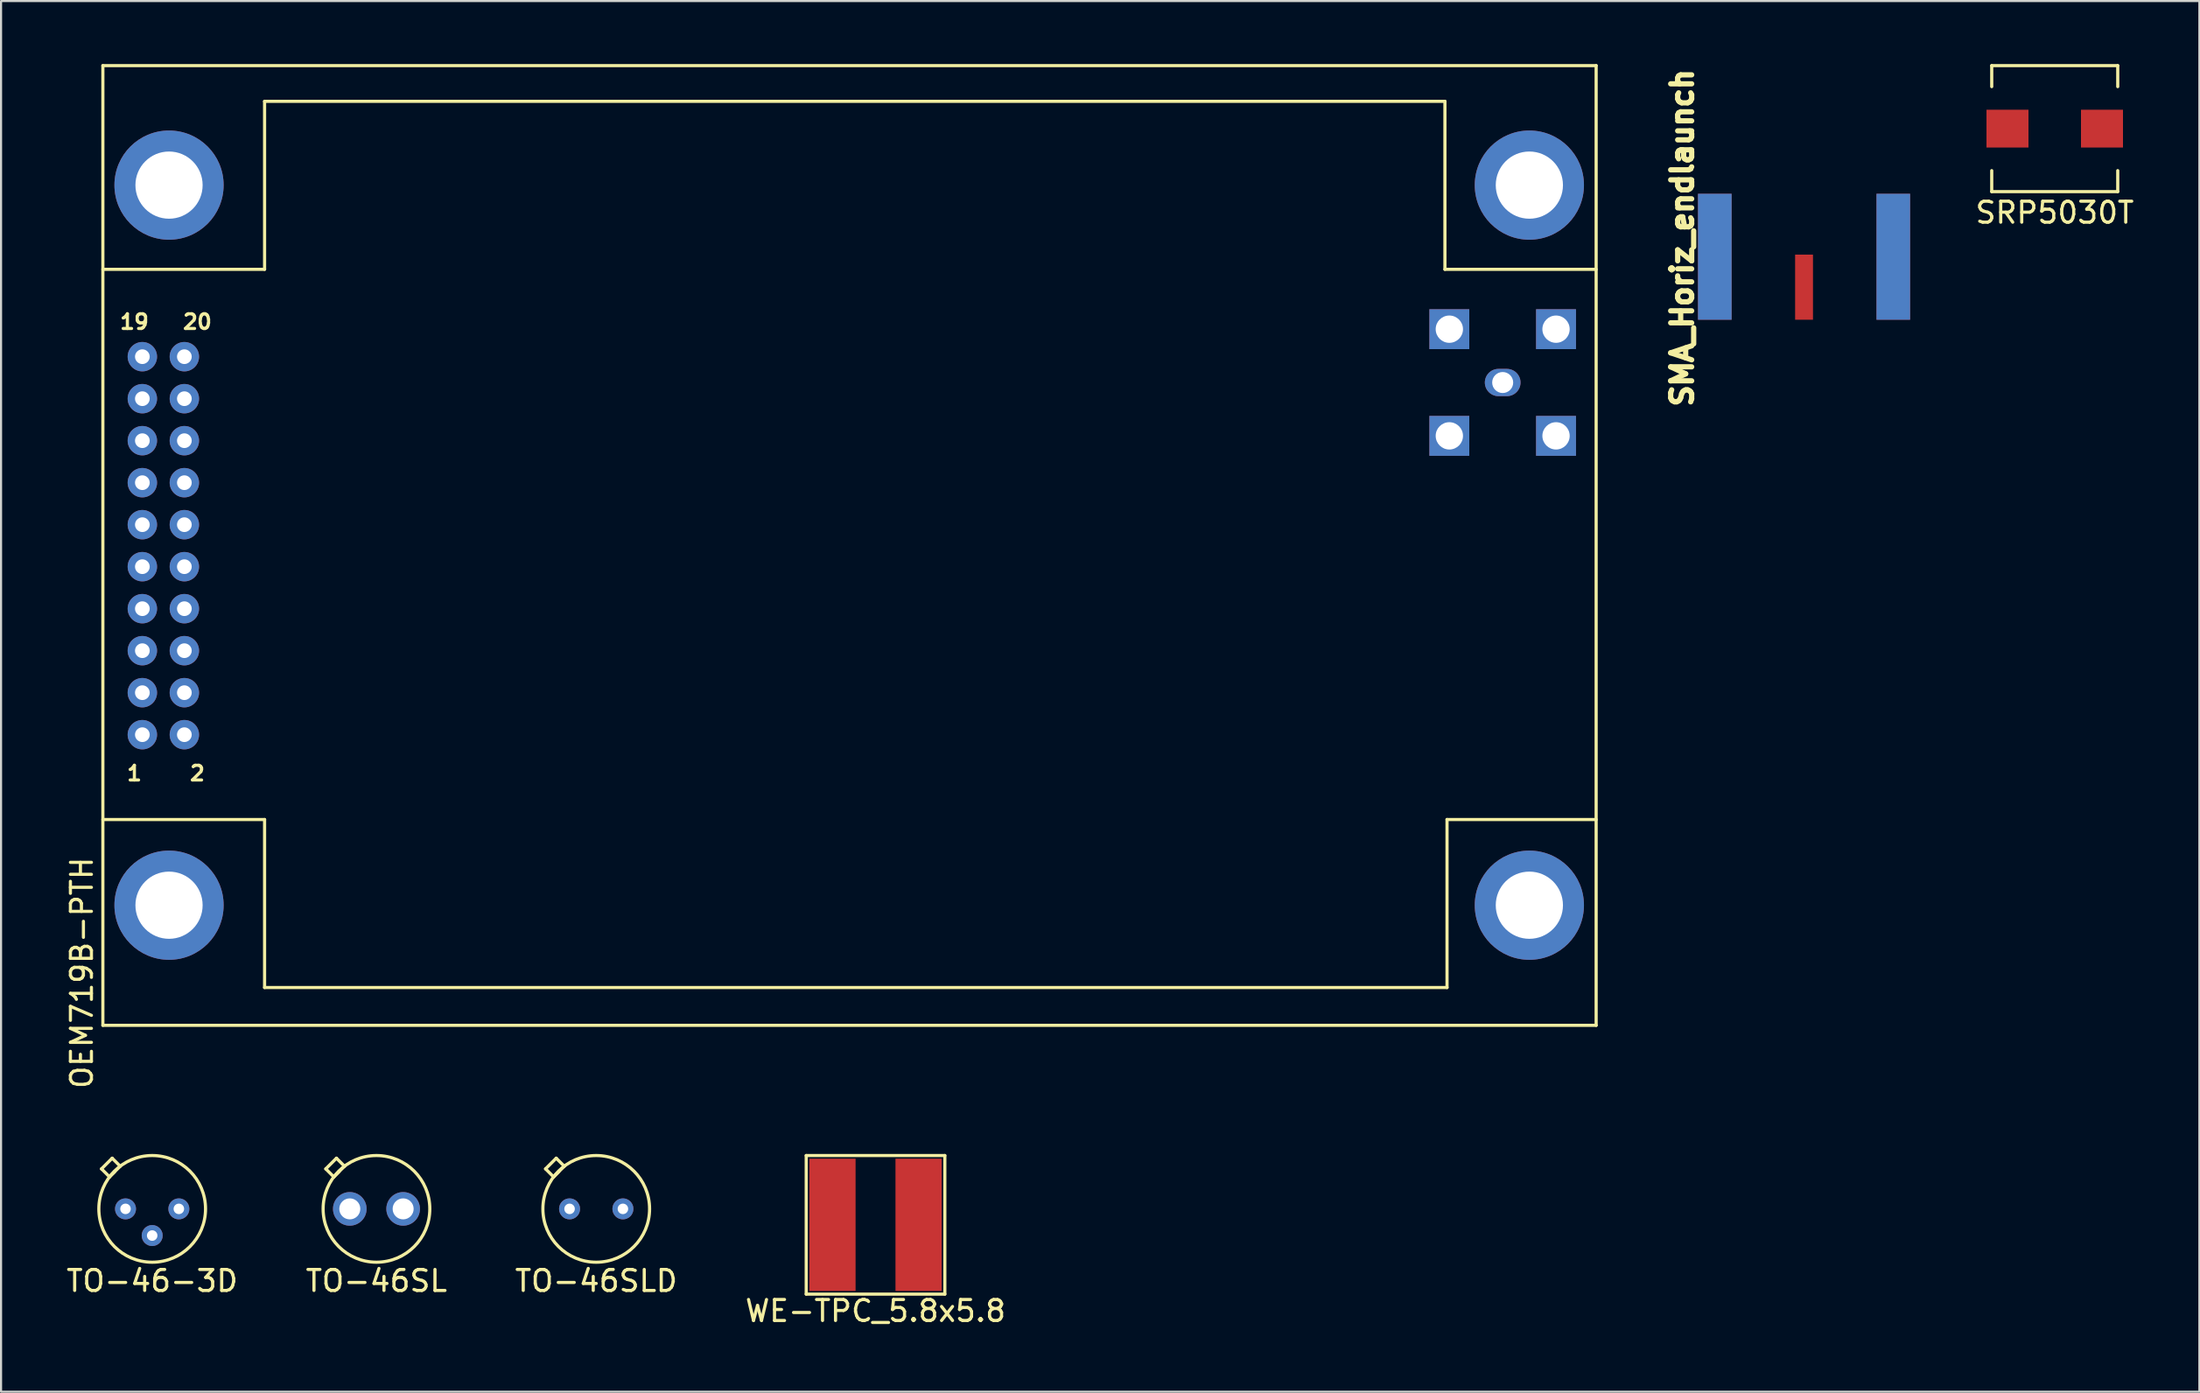
<source format=kicad_pcb>
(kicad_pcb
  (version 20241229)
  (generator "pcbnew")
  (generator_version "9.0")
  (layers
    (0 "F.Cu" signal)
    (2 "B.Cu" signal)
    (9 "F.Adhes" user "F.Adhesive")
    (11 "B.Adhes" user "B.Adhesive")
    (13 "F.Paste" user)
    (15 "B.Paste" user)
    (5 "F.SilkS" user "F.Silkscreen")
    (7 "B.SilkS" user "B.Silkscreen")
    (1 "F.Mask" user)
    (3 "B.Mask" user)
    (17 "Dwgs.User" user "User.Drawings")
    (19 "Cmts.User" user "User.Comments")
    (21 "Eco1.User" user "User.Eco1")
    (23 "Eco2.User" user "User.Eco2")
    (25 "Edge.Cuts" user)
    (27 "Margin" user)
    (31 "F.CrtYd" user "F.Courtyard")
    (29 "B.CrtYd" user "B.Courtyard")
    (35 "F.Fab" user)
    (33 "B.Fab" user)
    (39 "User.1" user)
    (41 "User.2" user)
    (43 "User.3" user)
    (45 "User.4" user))
  (footprint "OEM719B-PTH"
    (layer "F.Cu")
    (at 1.848 45.775)
    (property "Reference" "OEM719B-PTH" (at -1 -2.5 90) (layer "F.SilkS") (effects (font (size 1 1) (thickness 0.15))))
    (attr through_hole)
    (fp_line (start 0 -45.7) (end 0 0) (stroke (width 0.15) (type solid)) (layer "F.SilkS"))
    (fp_line (start 0 -36) (end 7.7 -36) (stroke (width 0.15) (type solid)) (layer "F.SilkS"))
    (fp_line (start 0 -9.8) (end 7.7 -9.8) (stroke (width 0.15) (type solid)) (layer "F.SilkS"))
    (fp_line (start 0 0) (end 71.1 0) (stroke (width 0.15) (type solid)) (layer "F.SilkS"))
    (fp_line (start 7.7 -44) (end 63.9 -44) (stroke (width 0.15) (type solid)) (layer "F.SilkS"))
    (fp_line (start 7.7 -36) (end 7.7 -44) (stroke (width 0.15) (type solid)) (layer "F.SilkS"))
    (fp_line (start 7.7 -9.8) (end 7.7 -1.8) (stroke (width 0.15) (type solid)) (layer "F.SilkS"))
    (fp_line (start 7.7 -1.8) (end 64 -1.8) (stroke (width 0.15) (type solid)) (layer "F.SilkS"))
    (fp_line (start 63.9 -44) (end 63.9 -36) (stroke (width 0.15) (type solid)) (layer "F.SilkS"))
    (fp_line (start 63.9 -36) (end 71.1 -36) (stroke (width 0.15) (type solid)) (layer "F.SilkS"))
    (fp_line (start 64 -9.8) (end 71.1 -9.8) (stroke (width 0.15) (type solid)) (layer "F.SilkS"))
    (fp_line (start 64 -1.8) (end 64 -9.8) (stroke (width 0.15) (type solid)) (layer "F.SilkS"))
    (fp_line (start 71.1 -45.7) (end 0 -45.7) (stroke (width 0.15) (type solid)) (layer "F.SilkS"))
    (fp_line (start 71.1 0) (end 71.1 -45.7) (stroke (width 0.15) (type solid)) (layer "F.SilkS"))
    (fp_text user "20" (at 4.5 -33.5 0) (layer "F.SilkS") (effects (font (size 0.7 0.7) (thickness 0.15))))
    (fp_text user "19" (at 1.5 -33.5 0) (layer "F.SilkS") (effects (font (size 0.7 0.7) (thickness 0.15))))
    (fp_text user "2" (at 4.5 -12 0) (layer "F.SilkS") (effects (font (size 0.7 0.7) (thickness 0.15))))
    (fp_text user "1" (at 1.5 -12 0) (layer "F.SilkS") (effects (font (size 0.7 0.7) (thickness 0.15))))
    (pad "" thru_hole circle (at 3.15 -40.01) (size 5.2 5.2) (drill 3.2) (layers "*.Cu" "*.Mask"))
    (pad "" thru_hole circle (at 3.15 -5.72) (size 5.2 5.2) (drill 3.2) (layers "*.Cu" "*.Mask"))
    (pad "" thru_hole circle (at 67.92 -40.01) (size 5.2 5.2) (drill 3.2) (layers "*.Cu" "*.Mask"))
    (pad "" thru_hole circle (at 67.92 -5.72) (size 5.2 5.2) (drill 3.2) (layers "*.Cu" "*.Mask"))
    (pad "1" thru_hole circle (at 1.88 -13.84) (size 1.4 1.4) (drill 0.7) (layers "*.Cu" "*.Mask"))
    (pad "2" thru_hole circle (at 3.88 -13.84) (size 1.4 1.4) (drill 0.7) (layers "*.Cu" "*.Mask"))
    (pad "3" thru_hole circle (at 1.88 -15.84) (size 1.4 1.4) (drill 0.7) (layers "*.Cu" "*.Mask"))
    (pad "4" thru_hole circle (at 3.88 -15.84) (size 1.4 1.4) (drill 0.7) (layers "*.Cu" "*.Mask"))
    (pad "5" thru_hole circle (at 1.88 -17.84) (size 1.4 1.4) (drill 0.7) (layers "*.Cu" "*.Mask"))
    (pad "6" thru_hole circle (at 3.88 -17.84) (size 1.4 1.4) (drill 0.7) (layers "*.Cu" "*.Mask"))
    (pad "7" thru_hole circle (at 1.88 -19.84) (size 1.4 1.4) (drill 0.7) (layers "*.Cu" "*.Mask"))
    (pad "8" thru_hole circle (at 3.88 -19.84) (size 1.4 1.4) (drill 0.7) (layers "*.Cu" "*.Mask"))
    (pad "9" thru_hole circle (at 1.88 -21.84) (size 1.4 1.4) (drill 0.7) (layers "*.Cu" "*.Mask"))
    (pad "10" thru_hole circle (at 3.88 -21.84) (size 1.4 1.4) (drill 0.7) (layers "*.Cu" "*.Mask"))
    (pad "11" thru_hole circle (at 1.88 -23.84) (size 1.4 1.4) (drill 0.7) (layers "*.Cu" "*.Mask"))
    (pad "12" thru_hole circle (at 3.88 -23.84) (size 1.4 1.4) (drill 0.7) (layers "*.Cu" "*.Mask"))
    (pad "13" thru_hole circle (at 1.88 -25.84) (size 1.4 1.4) (drill 0.7) (layers "*.Cu" "*.Mask"))
    (pad "14" thru_hole circle (at 3.88 -25.84) (size 1.4 1.4) (drill 0.7) (layers "*.Cu" "*.Mask"))
    (pad "15" thru_hole circle (at 1.88 -27.84) (size 1.4 1.4) (drill 0.7) (layers "*.Cu" "*.Mask"))
    (pad "16" thru_hole circle (at 3.88 -27.84) (size 1.4 1.4) (drill 0.7) (layers "*.Cu" "*.Mask"))
    (pad "17" thru_hole circle (at 1.88 -29.84) (size 1.4 1.4) (drill 0.7) (layers "*.Cu" "*.Mask"))
    (pad "18" thru_hole circle (at 3.88 -29.84) (size 1.4 1.4) (drill 0.7) (layers "*.Cu" "*.Mask"))
    (pad "19" thru_hole circle (at 1.88 -31.84) (size 1.4 1.4) (drill 0.7) (layers "*.Cu" "*.Mask"))
    (pad "20" thru_hole circle (at 3.88 -31.84) (size 1.4 1.4) (drill 0.7) (layers "*.Cu" "*.Mask"))
    (pad "21" thru_hole oval (at 66.65 -30.61 180) (size 1.7 1.3) (drill 1) (layers "*.Cu" "*.Mask"))
    (pad "22" thru_hole rect (at 69.19 -33.15 180) (size 1.9 1.9) (drill 1.3) (layers "*.Cu" "*.Mask"))
    (pad "23" thru_hole rect (at 64.11 -33.15 180) (size 1.9 1.9) (drill 1.3) (layers "*.Cu" "*.Mask"))
    (pad "24" thru_hole rect (at 64.11 -28.07 180) (size 1.9 1.9) (drill 1.3) (layers "*.Cu" "*.Mask"))
    (pad "25" thru_hole rect (at 69.19 -28.07 180) (size 1.9 1.9) (drill 1.3) (layers "*.Cu" "*.Mask")))
  (footprint "SRP5030T"
    (layer "F.Cu")
    (at 94.783 3.075)
    (property "Reference" "SRP5030T" (at 0 4 0) (layer "F.SilkS") (effects (font (size 1 1) (thickness 0.15))))
    (attr through_hole)
    (fp_line (start -3 -3) (end -3 -2) (stroke (width 0.15) (type solid)) (layer "F.SilkS"))
    (fp_line (start -3 -3) (end 3 -3) (stroke (width 0.15) (type solid)) (layer "F.SilkS"))
    (fp_line (start -3 2) (end -3 3) (stroke (width 0.15) (type solid)) (layer "F.SilkS"))
    (fp_line (start -3 3) (end 3 3) (stroke (width 0.15) (type solid)) (layer "F.SilkS"))
    (fp_line (start 3 -3) (end 3 -2) (stroke (width 0.15) (type solid)) (layer "F.SilkS"))
    (fp_line (start 3 3) (end 3 2) (stroke (width 0.15) (type solid)) (layer "F.SilkS"))
    (pad "1" smd rect (at -2.25 0) (size 2 1.8) (layers "F.Cu" "F.Mask" "F.Paste"))
    (pad "2" smd rect (at 2.25 0) (size 2 1.8) (layers "F.Cu" "F.Mask" "F.Paste")))
  (footprint "SMA_Horiz_endlaunch"
    (layer "F.Cu")
    (at 82.847 9.075)
    (property "Reference" "SMA_Horiz_endlaunch" (at -5.8 -0.8 90) (layer "F.SilkS") (effects (font (size 1 1) (thickness 0.25))))
    (attr through_hole)
    (pad "1" smd rect (at 0 1.55) (size 0.851 3.101) (layers "F.Cu" "F.Mask" "F.Paste"))
    (pad "2" smd rect (at -4.249 0.101) (size 1.6 5.999) (layers "F.Cu" "F.Mask" "F.Paste"))
    (pad "2" smd rect (at -4.249 0.101) (size 1.6 5.999) (layers "B.Cu" "B.Mask" "B.Paste"))
    (pad "2" smd rect (at 4.249 0.101) (size 1.6 5.999) (layers "F.Cu" "F.Mask" "F.Paste"))
    (pad "2" smd rect (at 4.249 0.101) (size 1.6 5.999) (layers "B.Cu" "B.Mask" "B.Paste")))
  (footprint "WE-TPC_5.8x5.8"
    (layer "F.Cu")
    (at 38.637 55.275)
    (property "Reference" "WE-TPC_5.8x5.8" (at 0 4.1 0) (layer "F.SilkS") (effects (font (size 1 1) (thickness 0.15))))
    (attr through_hole)
    (fp_line (start -3.3 -3.3) (end 3.3 -3.3) (stroke (width 0.15) (type solid)) (layer "F.SilkS"))
    (fp_line (start -3.3 3.3) (end -3.3 -3.3) (stroke (width 0.15) (type solid)) (layer "F.SilkS"))
    (fp_line (start 3.3 -3.3) (end 3.3 3.3) (stroke (width 0.15) (type solid)) (layer "F.SilkS"))
    (fp_line (start 3.3 3.3) (end -3.3 3.3) (stroke (width 0.15) (type solid)) (layer "F.SilkS"))
    (pad "1" smd rect (at -2.05 0) (size 2.2 6.3) (layers "F.Cu" "F.Mask" "F.Paste"))
    (pad "2" smd rect (at 2.05 0) (size 2.2 6.3) (layers "F.Cu" "F.Mask" "F.Paste")))
  (footprint "TO-46SL"
    (layer "F.Cu")
    (at 14.875 54.515)
    (property "Reference" "TO-46SL" (at 0 3.429 0) (layer "F.SilkS") (effects (font (size 1 1) (thickness 0.15))))
    (attr through_hole)
    (fp_line (start -2.413 -1.905) (end -1.905 -2.413) (stroke (width 0.15) (type solid)) (layer "F.SilkS"))
    (fp_line (start -2.032 -1.524) (end -2.413 -1.905) (stroke (width 0.15) (type solid)) (layer "F.SilkS"))
    (fp_line (start -1.905 -2.413) (end -1.524 -2.032) (stroke (width 0.15) (type solid)) (layer "F.SilkS"))
    (fp_line (start -1.778 -1.778) (end -2.032 -1.524) (stroke (width 0.15) (type solid)) (layer "F.SilkS"))
    (fp_line (start -1.524 -2.032) (end -2.032 -1.524) (stroke (width 0.15) (type solid)) (layer "F.SilkS"))
    (fp_circle (center 0 0) (end 2.54 0) (stroke (width 0.15) (type solid)) (fill no) (layer "F.SilkS"))
    (pad "1" thru_hole circle (at -1.27 0) (size 1.6 1.6) (drill 1) (layers "*.Cu" "*.Mask"))
    (pad "2" thru_hole circle (at 1.27 0) (size 1.6 1.6) (drill 1) (layers "*.Cu" "*.Mask")))
  (footprint "TO-46SLD"
    (layer "F.Cu")
    (at 25.339 54.515)
    (property "Reference" "TO-46SLD" (at 0 3.429 0) (layer "F.SilkS") (effects (font (size 1 1) (thickness 0.15))))
    (attr through_hole)
    (fp_line (start -2.413 -1.905) (end -1.905 -2.413) (stroke (width 0.15) (type solid)) (layer "F.SilkS"))
    (fp_line (start -2.032 -1.524) (end -2.413 -1.905) (stroke (width 0.15) (type solid)) (layer "F.SilkS"))
    (fp_line (start -1.905 -2.413) (end -1.524 -2.032) (stroke (width 0.15) (type solid)) (layer "F.SilkS"))
    (fp_line (start -1.778 -1.778) (end -2.032 -1.524) (stroke (width 0.15) (type solid)) (layer "F.SilkS"))
    (fp_line (start -1.524 -2.032) (end -2.032 -1.524) (stroke (width 0.15) (type solid)) (layer "F.SilkS"))
    (fp_circle (center 0 0) (end 2.54 0) (stroke (width 0.15) (type solid)) (fill no) (layer "F.SilkS"))
    (pad "1" thru_hole circle (at -1.27 0) (size 1 1) (drill 0.5) (layers "*.Cu" "*.Mask"))
    (pad "2" thru_hole circle (at 1.27 0) (size 1 1) (drill 0.5) (layers "*.Cu" "*.Mask")))
  (footprint "TO-46-3D"
    (layer "F.Cu")
    (at 4.196 54.515)
    (property "Reference" "TO-46-3D" (at 0 3.429 0) (layer "F.SilkS") (effects (font (size 1 1) (thickness 0.15))))
    (attr through_hole)
    (fp_line (start -2.413 -1.905) (end -1.905 -2.413) (stroke (width 0.15) (type solid)) (layer "F.SilkS"))
    (fp_line (start -2.032 -1.524) (end -2.413 -1.905) (stroke (width 0.15) (type solid)) (layer "F.SilkS"))
    (fp_line (start -1.905 -2.413) (end -1.524 -2.032) (stroke (width 0.15) (type solid)) (layer "F.SilkS"))
    (fp_line (start -1.778 -1.778) (end -2.032 -1.524) (stroke (width 0.15) (type solid)) (layer "F.SilkS"))
    (fp_line (start -1.524 -2.032) (end -2.032 -1.524) (stroke (width 0.15) (type solid)) (layer "F.SilkS"))
    (fp_circle (center 0 0) (end 2.54 0) (stroke (width 0.15) (type solid)) (fill no) (layer "F.SilkS"))
    (pad "1" thru_hole circle (at -1.27 0) (size 1 1) (drill 0.5) (layers "*.Cu" "*.Mask"))
    (pad "2" thru_hole circle (at 0 1.27) (size 1 1) (drill 0.5) (layers "*.Cu" "*.Mask"))
    (pad "3" thru_hole circle (at 1.27 0) (size 1 1) (drill 0.5) (layers "*.Cu" "*.Mask")))
  (gr_rect
    (start -3 -3)
    (end 101.67 63.223)
    (stroke (width 0.1) (type default))
    (fill no)
    (layer "Edge.Cuts")))
</source>
